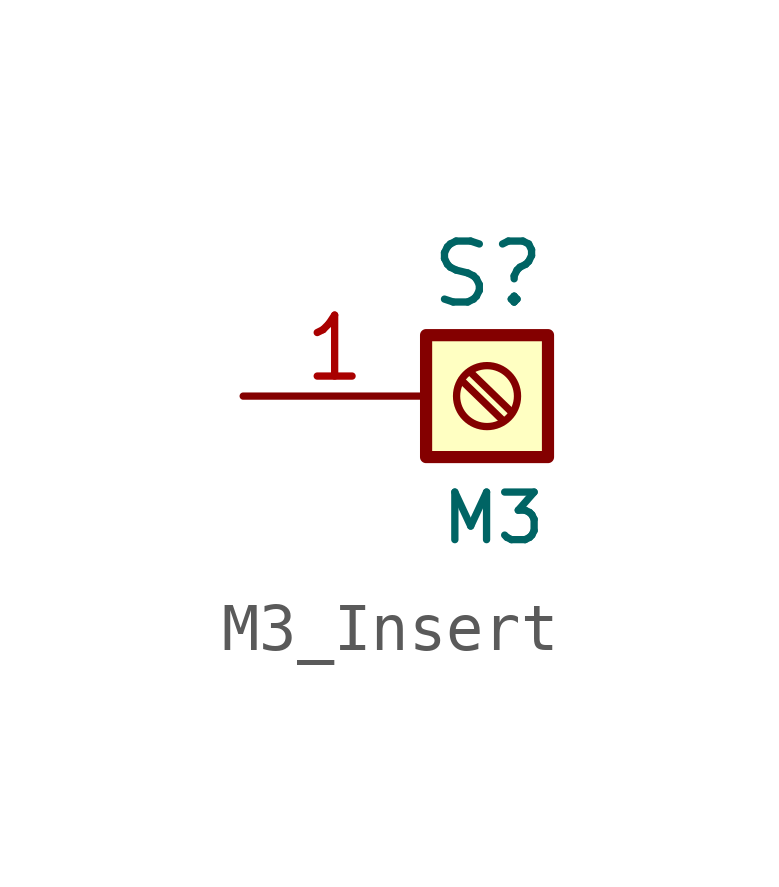
<source format=kicad_sym>
(kicad_symbol_lib
  (version 20241209)
  (generator "kicad_symbol_editor")
  (generator_version "9.0")
  (symbol "M3_Insert"
    (pin_names
      (offset 1.016)
      (hide yes))
    (property "Reference" "S"
      (at 2.54 2.54 0)
      (effects (font (size 1.27 1.27)) (justify right)))
    (property "Value" "M3"
      (at 2.54 -2.54 0)
      (effects (font (size 0.991 0.991)) (justify right)))
    (symbol "M3_Insert_1_1"
      (rectangle (start 0 1.27) (end 2.54 -1.27) (stroke (width 0.254) (type default)) (fill (type background)))
      (polyline (pts (xy 0.737 0.33) (xy 1.6 -0.508)) (stroke (width 0.152) (type default)) (fill (type none)))
      (polyline (pts (xy 0.914 0.508) (xy 1.778 -0.33)) (stroke (width 0.152) (type default)) (fill (type none)))
      (circle (center 1.27 0) (radius 0.635) (stroke (width 0.152) (type default)) (fill (type none)))
      (pin passive line (at -3.81 0 0) (length 3.81) (name "Pin_1" (effects (font (size 1.27 1.27)))) (number "1" (effects (font (size 1.27 1.27))))))))
</source>
